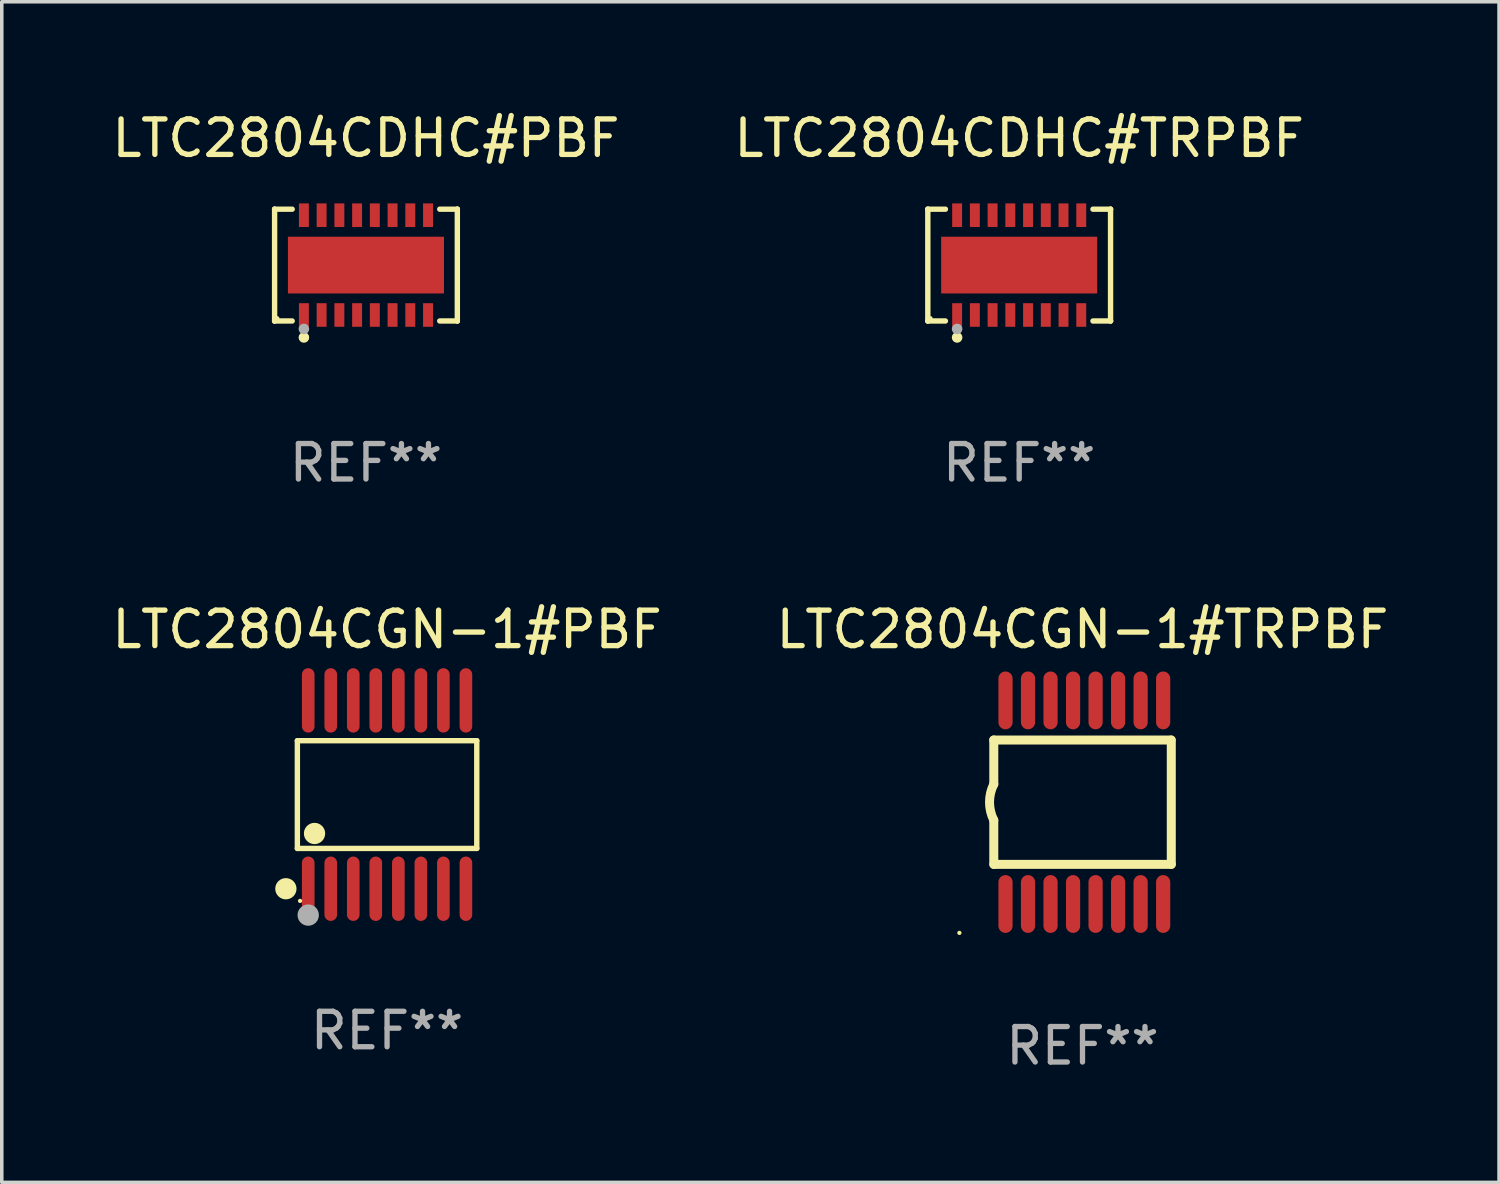
<source format=kicad_pcb>
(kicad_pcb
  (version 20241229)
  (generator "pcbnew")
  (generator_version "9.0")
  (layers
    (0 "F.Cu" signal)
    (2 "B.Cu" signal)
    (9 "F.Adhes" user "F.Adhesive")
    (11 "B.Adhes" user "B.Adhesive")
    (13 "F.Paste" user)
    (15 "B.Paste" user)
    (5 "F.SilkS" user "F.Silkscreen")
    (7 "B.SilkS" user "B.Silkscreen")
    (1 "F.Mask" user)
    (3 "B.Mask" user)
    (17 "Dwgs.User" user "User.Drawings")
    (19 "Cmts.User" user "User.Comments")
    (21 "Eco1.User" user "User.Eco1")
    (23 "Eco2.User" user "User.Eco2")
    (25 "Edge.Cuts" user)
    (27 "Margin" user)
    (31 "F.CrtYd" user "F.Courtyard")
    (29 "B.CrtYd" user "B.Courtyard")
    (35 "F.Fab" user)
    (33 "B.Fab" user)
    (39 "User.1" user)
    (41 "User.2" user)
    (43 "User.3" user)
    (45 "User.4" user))
  (footprint "LTC2804CDHC#PBF"
    (layer "F.Cu")
    (at 7.268 4.424)
    (property "Reference" "LTC2804CDHC#PBF" (at 0 -3.576 0) (layer "F.SilkS") (effects (font (size 1 1) (thickness 0.15))))
    (attr through_hole)
    (fp_line (start -2.576 -1.576) (end -2.576 -1.576) (stroke (width 0.152) (type solid)) (layer "F.SilkS"))
    (fp_line (start -2.576 -1.576) (end -2.08 -1.576) (stroke (width 0.152) (type solid)) (layer "F.SilkS"))
    (fp_line (start -2.576 1.576) (end -2.576 -1.576) (stroke (width 0.152) (type solid)) (layer "F.SilkS"))
    (fp_line (start -2.576 1.576) (end -2.576 1.576) (stroke (width 0.152) (type solid)) (layer "F.SilkS"))
    (fp_line (start -2.08 1.576) (end -2.576 1.576) (stroke (width 0.152) (type solid)) (layer "F.SilkS"))
    (fp_line (start 2.08 1.576) (end 2.576 1.576) (stroke (width 0.152) (type solid)) (layer "F.SilkS"))
    (fp_line (start 2.576 -1.576) (end 2.08 -1.576) (stroke (width 0.152) (type solid)) (layer "F.SilkS"))
    (fp_line (start 2.576 -1.576) (end 2.576 -1.576) (stroke (width 0.152) (type solid)) (layer "F.SilkS"))
    (fp_line (start 2.576 1.576) (end 2.576 -1.576) (stroke (width 0.152) (type solid)) (layer "F.SilkS"))
    (fp_line (start 2.576 1.576) (end 2.576 1.576) (stroke (width 0.152) (type solid)) (layer "F.SilkS"))
    (fp_circle (center -2.5 1.5) (end -2.47 1.5) (stroke (width 0.06) (type solid)) (fill no) (layer "F.SilkS"))
    (fp_circle (center -1.75 2.04) (end -1.675 2.04) (stroke (width 0.15) (type solid)) (fill no) (layer "F.SilkS"))
    (fp_circle (center -1.75 1.8) (end -1.675 1.8) (stroke (width 0.15) (type solid)) (fill no) (layer "F.Fab"))
    (fp_text user "REF**" (at 0 5.576 0) (layer "F.Fab") (effects (font (size 1 1) (thickness 0.15))))
    (pad "1" smd rect (at -1.75 1.407) (size 0.28 0.665) (layers "F.Cu" "F.Mask" "F.Paste"))
    (pad "2" smd rect (at -1.25 1.407) (size 0.28 0.665) (layers "F.Cu" "F.Mask" "F.Paste"))
    (pad "3" smd rect (at -0.75 1.407) (size 0.28 0.665) (layers "F.Cu" "F.Mask" "F.Paste"))
    (pad "4" smd rect (at -0.25 1.407) (size 0.28 0.665) (layers "F.Cu" "F.Mask" "F.Paste"))
    (pad "5" smd rect (at 0.25 1.407) (size 0.28 0.665) (layers "F.Cu" "F.Mask" "F.Paste"))
    (pad "6" smd rect (at 0.75 1.407) (size 0.28 0.665) (layers "F.Cu" "F.Mask" "F.Paste"))
    (pad "7" smd rect (at 1.25 1.407) (size 0.28 0.665) (layers "F.Cu" "F.Mask" "F.Paste"))
    (pad "8" smd rect (at 1.75 1.407) (size 0.28 0.665) (layers "F.Cu" "F.Mask" "F.Paste"))
    (pad "9" smd rect (at 1.75 -1.407) (size 0.28 0.665) (layers "F.Cu" "F.Mask" "F.Paste"))
    (pad "10" smd rect (at 1.25 -1.407) (size 0.28 0.665) (layers "F.Cu" "F.Mask" "F.Paste"))
    (pad "11" smd rect (at 0.75 -1.407) (size 0.28 0.665) (layers "F.Cu" "F.Mask" "F.Paste"))
    (pad "12" smd rect (at 0.25 -1.407) (size 0.28 0.665) (layers "F.Cu" "F.Mask" "F.Paste"))
    (pad "13" smd rect (at -0.25 -1.407) (size 0.28 0.665) (layers "F.Cu" "F.Mask" "F.Paste"))
    (pad "14" smd rect (at -0.75 -1.407) (size 0.28 0.665) (layers "F.Cu" "F.Mask" "F.Paste"))
    (pad "15" smd rect (at -1.25 -1.407) (size 0.28 0.665) (layers "F.Cu" "F.Mask" "F.Paste"))
    (pad "16" smd rect (at -1.75 -1.407) (size 0.28 0.665) (layers "F.Cu" "F.Mask" "F.Paste"))
    (pad "17" smd rect (at 0 0) (size 4.4 1.6) (layers "F.Cu" "F.Mask" "F.Paste")))
  (footprint "LTC2804CDHC#TRPBF"
    (layer "F.Cu")
    (at 25.685 4.424)
    (property "Reference" "LTC2804CDHC#TRPBF" (at 0 -3.576 0) (layer "F.SilkS") (effects (font (size 1 1) (thickness 0.15))))
    (attr through_hole)
    (fp_line (start -2.576 -1.576) (end -2.576 -1.576) (stroke (width 0.152) (type solid)) (layer "F.SilkS"))
    (fp_line (start -2.576 -1.576) (end -2.08 -1.576) (stroke (width 0.152) (type solid)) (layer "F.SilkS"))
    (fp_line (start -2.576 1.576) (end -2.576 -1.576) (stroke (width 0.152) (type solid)) (layer "F.SilkS"))
    (fp_line (start -2.576 1.576) (end -2.576 1.576) (stroke (width 0.152) (type solid)) (layer "F.SilkS"))
    (fp_line (start -2.08 1.576) (end -2.576 1.576) (stroke (width 0.152) (type solid)) (layer "F.SilkS"))
    (fp_line (start 2.08 1.576) (end 2.576 1.576) (stroke (width 0.152) (type solid)) (layer "F.SilkS"))
    (fp_line (start 2.576 -1.576) (end 2.08 -1.576) (stroke (width 0.152) (type solid)) (layer "F.SilkS"))
    (fp_line (start 2.576 -1.576) (end 2.576 -1.576) (stroke (width 0.152) (type solid)) (layer "F.SilkS"))
    (fp_line (start 2.576 1.576) (end 2.576 -1.576) (stroke (width 0.152) (type solid)) (layer "F.SilkS"))
    (fp_line (start 2.576 1.576) (end 2.576 1.576) (stroke (width 0.152) (type solid)) (layer "F.SilkS"))
    (fp_circle (center -2.5 1.5) (end -2.47 1.5) (stroke (width 0.06) (type solid)) (fill no) (layer "F.SilkS"))
    (fp_circle (center -1.75 2.04) (end -1.675 2.04) (stroke (width 0.15) (type solid)) (fill no) (layer "F.SilkS"))
    (fp_circle (center -1.75 1.8) (end -1.675 1.8) (stroke (width 0.15) (type solid)) (fill no) (layer "F.Fab"))
    (fp_text user "REF**" (at 0 5.576 0) (layer "F.Fab") (effects (font (size 1 1) (thickness 0.15))))
    (pad "1" smd rect (at -1.75 1.407) (size 0.28 0.665) (layers "F.Cu" "F.Mask" "F.Paste"))
    (pad "2" smd rect (at -1.25 1.407) (size 0.28 0.665) (layers "F.Cu" "F.Mask" "F.Paste"))
    (pad "3" smd rect (at -0.75 1.407) (size 0.28 0.665) (layers "F.Cu" "F.Mask" "F.Paste"))
    (pad "4" smd rect (at -0.25 1.407) (size 0.28 0.665) (layers "F.Cu" "F.Mask" "F.Paste"))
    (pad "5" smd rect (at 0.25 1.407) (size 0.28 0.665) (layers "F.Cu" "F.Mask" "F.Paste"))
    (pad "6" smd rect (at 0.75 1.407) (size 0.28 0.665) (layers "F.Cu" "F.Mask" "F.Paste"))
    (pad "7" smd rect (at 1.25 1.407) (size 0.28 0.665) (layers "F.Cu" "F.Mask" "F.Paste"))
    (pad "8" smd rect (at 1.75 1.407) (size 0.28 0.665) (layers "F.Cu" "F.Mask" "F.Paste"))
    (pad "9" smd rect (at 1.75 -1.407) (size 0.28 0.665) (layers "F.Cu" "F.Mask" "F.Paste"))
    (pad "10" smd rect (at 1.25 -1.407) (size 0.28 0.665) (layers "F.Cu" "F.Mask" "F.Paste"))
    (pad "11" smd rect (at 0.75 -1.407) (size 0.28 0.665) (layers "F.Cu" "F.Mask" "F.Paste"))
    (pad "12" smd rect (at 0.25 -1.407) (size 0.28 0.665) (layers "F.Cu" "F.Mask" "F.Paste"))
    (pad "13" smd rect (at -0.25 -1.407) (size 0.28 0.665) (layers "F.Cu" "F.Mask" "F.Paste"))
    (pad "14" smd rect (at -0.75 -1.407) (size 0.28 0.665) (layers "F.Cu" "F.Mask" "F.Paste"))
    (pad "15" smd rect (at -1.25 -1.407) (size 0.28 0.665) (layers "F.Cu" "F.Mask" "F.Paste"))
    (pad "16" smd rect (at -1.75 -1.407) (size 0.28 0.665) (layers "F.Cu" "F.Mask" "F.Paste"))
    (pad "17" smd rect (at 0 0) (size 4.4 1.6) (layers "F.Cu" "F.Mask" "F.Paste")))
  (footprint "LTC2804CGN-1#TRPBF"
    (layer "F.Cu")
    (at 27.47 19.567)
    (property "Reference" "LTC2804CGN-1#TRPBF" (at 0 -4.87 0) (layer "F.SilkS") (effects (font (size 1 1) (thickness 0.15))))
    (attr through_hole)
    (fp_line (start -2.503 -1.753) (end 2.497 -1.753) (stroke (width 0.254) (type solid)) (layer "F.SilkS"))
    (fp_line (start -2.501 -0.508) (end -2.501 -1.753) (stroke (width 0.254) (type solid)) (layer "F.SilkS"))
    (fp_line (start -2.501 1.753) (end -2.501 0.508) (stroke (width 0.254) (type solid)) (layer "F.SilkS"))
    (fp_line (start -2.497 1.753) (end 2.503 1.753) (stroke (width 0.254) (type solid)) (layer "F.SilkS"))
    (fp_line (start 2.503 1.753) (end 2.503 -1.753) (stroke (width 0.254) (type solid)) (layer "F.SilkS"))
    (fp_arc (start -2.50127 0.508001) (mid -2.621193 0) (end -2.50127 -0.508001) (stroke (width 0.254001) (type solid)) (layer "F.SilkS"))
    (fp_circle (center -3.471 3.685) (end -3.441 3.685) (stroke (width 0.06) (type solid)) (fill no) (layer "F.SilkS"))
    (fp_text user "REF**" (at 0 6.87 0) (layer "F.Fab") (effects (font (size 1 1) (thickness 0.15))))
    (pad "1" smd oval (at -2.171 2.87 90) (size 1.63 0.4) (layers "F.Cu" "F.Mask" "F.Paste"))
    (pad "2" smd oval (at -1.536 2.87 90) (size 1.63 0.4) (layers "F.Cu" "F.Mask" "F.Paste"))
    (pad "3" smd oval (at -0.901 2.87 90) (size 1.63 0.4) (layers "F.Cu" "F.Mask" "F.Paste"))
    (pad "4" smd oval (at -0.266 2.87 90) (size 1.63 0.4) (layers "F.Cu" "F.Mask" "F.Paste"))
    (pad "5" smd oval (at 0.369 2.87 90) (size 1.63 0.4) (layers "F.Cu" "F.Mask" "F.Paste"))
    (pad "6" smd oval (at 1.004 2.87 90) (size 1.63 0.4) (layers "F.Cu" "F.Mask" "F.Paste"))
    (pad "7" smd oval (at 1.639 2.87 90) (size 1.63 0.4) (layers "F.Cu" "F.Mask" "F.Paste"))
    (pad "8" smd oval (at 2.274 2.87 90) (size 1.63 0.4) (layers "F.Cu" "F.Mask" "F.Paste"))
    (pad "9" smd oval (at 2.274 -2.87 270) (size 1.63 0.4) (layers "F.Cu" "F.Mask" "F.Paste"))
    (pad "10" smd oval (at 1.639 -2.87 270) (size 1.63 0.4) (layers "F.Cu" "F.Mask" "F.Paste"))
    (pad "11" smd oval (at 1.004 -2.87 270) (size 1.63 0.4) (layers "F.Cu" "F.Mask" "F.Paste"))
    (pad "12" smd oval (at 0.369 -2.87 270) (size 1.63 0.4) (layers "F.Cu" "F.Mask" "F.Paste"))
    (pad "13" smd oval (at -0.266 -2.87 270) (size 1.63 0.4) (layers "F.Cu" "F.Mask" "F.Paste"))
    (pad "14" smd oval (at -0.901 -2.87 270) (size 1.63 0.4) (layers "F.Cu" "F.Mask" "F.Paste"))
    (pad "15" smd oval (at -1.536 -2.87 270) (size 1.63 0.4) (layers "F.Cu" "F.Mask" "F.Paste"))
    (pad "16" smd oval (at -2.171 -2.87 270) (size 1.63 0.4) (layers "F.Cu" "F.Mask" "F.Paste")))
  (footprint "LTC2804CGN-1#PBF"
    (layer "F.Cu")
    (at 7.863 19.352)
    (property "Reference" "LTC2804CGN-1#PBF" (at 0 -4.655 0) (layer "F.SilkS") (effects (font (size 1 1) (thickness 0.15))))
    (attr through_hole)
    (fp_line (start -2.529 -1.519) (end 2.529 -1.519) (stroke (width 0.152) (type solid)) (layer "F.SilkS"))
    (fp_line (start -2.529 1.519) (end -2.529 -1.519) (stroke (width 0.152) (type solid)) (layer "F.SilkS"))
    (fp_line (start 2.529 -1.519) (end 2.529 1.519) (stroke (width 0.152) (type solid)) (layer "F.SilkS"))
    (fp_line (start 2.529 1.519) (end -2.529 1.519) (stroke (width 0.152) (type solid)) (layer "F.SilkS"))
    (fp_circle (center -2.853 2.655) (end -2.703 2.655) (stroke (width 0.3) (type solid)) (fill no) (layer "F.SilkS"))
    (fp_circle (center -2.453 2.998) (end -2.423 2.998) (stroke (width 0.06) (type solid)) (fill no) (layer "F.SilkS"))
    (fp_circle (center -2.045 1.097) (end -1.895 1.097) (stroke (width 0.3) (type solid)) (fill no) (layer "F.SilkS"))
    (fp_circle (center -2.223 3.398) (end -2.072 3.398) (stroke (width 0.3) (type solid)) (fill no) (layer "F.Fab"))
    (fp_text user "REF**" (at 0 6.655 0) (layer "F.Fab") (effects (font (size 1 1) (thickness 0.15))))
    (pad "1" smd oval (at -2.223 2.655) (size 0.356 1.815) (layers "F.Cu" "F.Mask" "F.Paste"))
    (pad "2" smd oval (at -1.588 2.655) (size 0.356 1.815) (layers "F.Cu" "F.Mask" "F.Paste"))
    (pad "3" smd oval (at -0.953 2.655) (size 0.356 1.815) (layers "F.Cu" "F.Mask" "F.Paste"))
    (pad "4" smd oval (at -0.318 2.655) (size 0.356 1.815) (layers "F.Cu" "F.Mask" "F.Paste"))
    (pad "5" smd oval (at 0.318 2.655) (size 0.356 1.815) (layers "F.Cu" "F.Mask" "F.Paste"))
    (pad "6" smd oval (at 0.953 2.655) (size 0.356 1.815) (layers "F.Cu" "F.Mask" "F.Paste"))
    (pad "7" smd oval (at 1.588 2.655) (size 0.356 1.815) (layers "F.Cu" "F.Mask" "F.Paste"))
    (pad "8" smd oval (at 2.223 2.655) (size 0.356 1.815) (layers "F.Cu" "F.Mask" "F.Paste"))
    (pad "9" smd oval (at 2.223 -2.655) (size 0.356 1.815) (layers "F.Cu" "F.Mask" "F.Paste"))
    (pad "10" smd oval (at 1.588 -2.655) (size 0.356 1.815) (layers "F.Cu" "F.Mask" "F.Paste"))
    (pad "11" smd oval (at 0.953 -2.655) (size 0.356 1.815) (layers "F.Cu" "F.Mask" "F.Paste"))
    (pad "12" smd oval (at 0.318 -2.655) (size 0.356 1.815) (layers "F.Cu" "F.Mask" "F.Paste"))
    (pad "13" smd oval (at -0.318 -2.655) (size 0.356 1.815) (layers "F.Cu" "F.Mask" "F.Paste"))
    (pad "14" smd oval (at -0.953 -2.655) (size 0.356 1.815) (layers "F.Cu" "F.Mask" "F.Paste"))
    (pad "15" smd oval (at -1.588 -2.655) (size 0.356 1.815) (layers "F.Cu" "F.Mask" "F.Paste"))
    (pad "16" smd oval (at -2.223 -2.655) (size 0.356 1.815) (layers "F.Cu" "F.Mask" "F.Paste")))
  (gr_rect
    (start -3 -3)
    (end 39.214 30.286)
    (stroke (width 0.1) (type default))
    (fill no)
    (layer "Edge.Cuts")))
</source>
